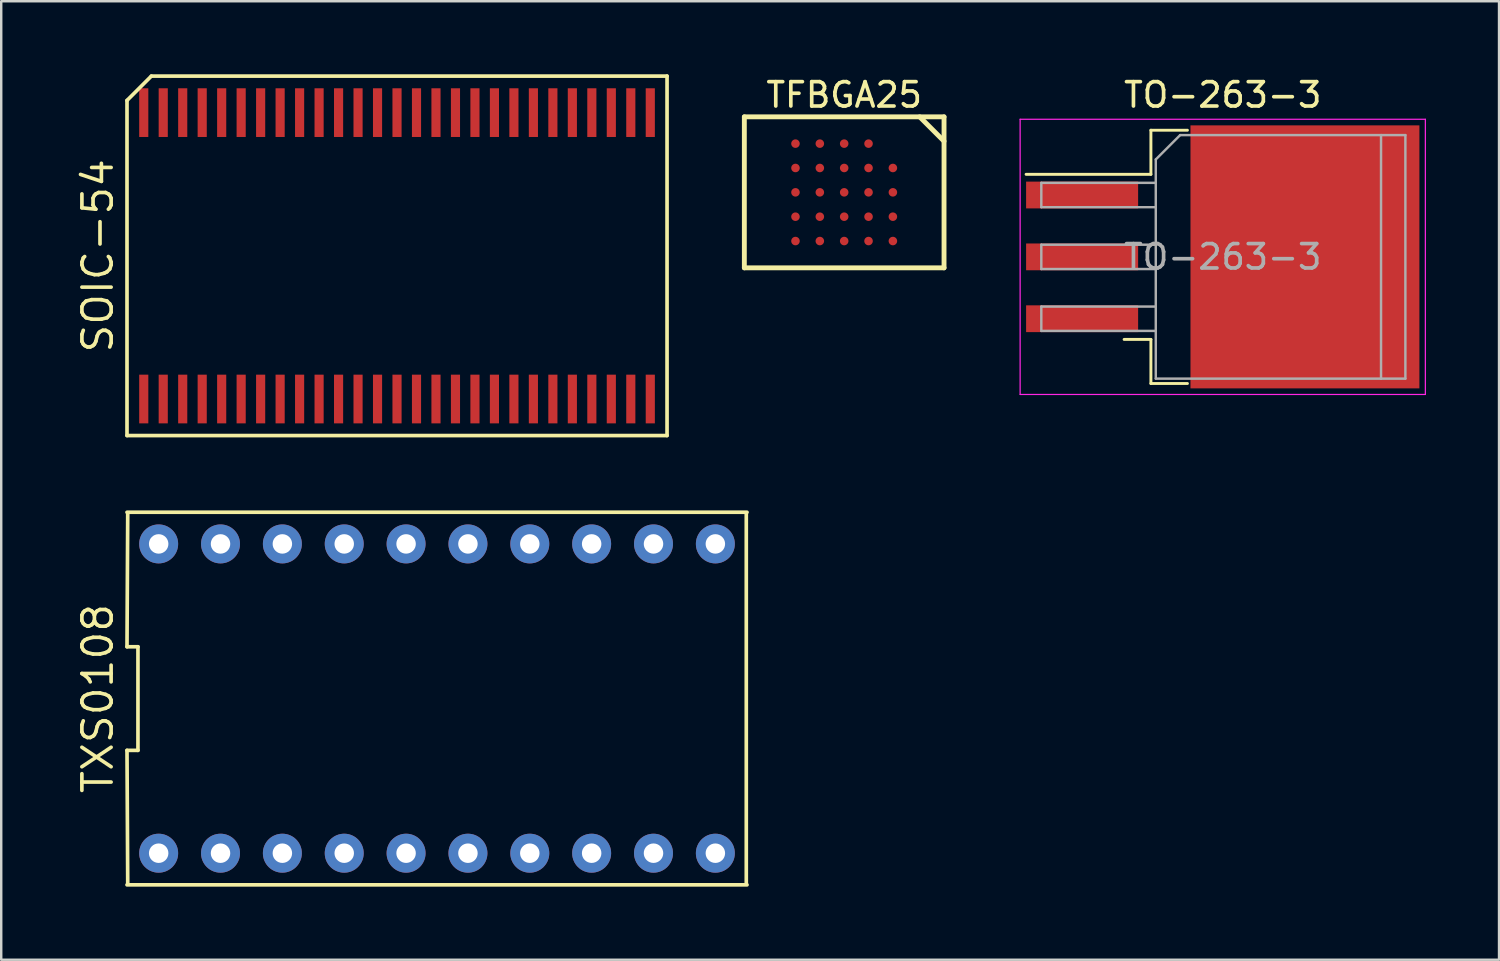
<source format=kicad_pcb>
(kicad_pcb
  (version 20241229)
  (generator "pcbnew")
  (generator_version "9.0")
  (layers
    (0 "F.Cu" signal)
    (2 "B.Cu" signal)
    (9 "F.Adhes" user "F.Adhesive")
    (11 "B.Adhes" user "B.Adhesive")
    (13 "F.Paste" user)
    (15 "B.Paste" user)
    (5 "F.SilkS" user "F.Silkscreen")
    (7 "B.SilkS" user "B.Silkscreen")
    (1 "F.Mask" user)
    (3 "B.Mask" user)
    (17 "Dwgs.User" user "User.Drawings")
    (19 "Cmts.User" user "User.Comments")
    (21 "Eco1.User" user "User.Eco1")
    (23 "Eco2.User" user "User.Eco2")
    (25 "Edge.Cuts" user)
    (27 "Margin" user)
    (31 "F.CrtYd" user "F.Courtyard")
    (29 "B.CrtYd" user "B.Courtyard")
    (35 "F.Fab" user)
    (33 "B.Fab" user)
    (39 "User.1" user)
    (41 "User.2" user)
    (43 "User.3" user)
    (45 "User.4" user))
  (footprint "SOIC-54"
    (layer "F.Cu")
    (at 13.253 7.455)
    (property "Reference" "SOIC-54" (at -12.287 0 90) (layer "F.SilkS") (effects (font (size 1.2 1.2) (thickness 0.15))))
    (attr through_hole)
    (fp_line (start -11.088 -6.38) (end -11.088 7.38) (stroke (width 0.15) (type solid)) (layer "F.SilkS"))
    (fp_line (start -11.088 7.38) (end 11.088 7.38) (stroke (width 0.15) (type solid)) (layer "F.SilkS"))
    (fp_line (start -10.088 -7.38) (end -11.088 -6.38) (stroke (width 0.15) (type solid)) (layer "F.SilkS"))
    (fp_line (start 11.088 -7.38) (end -10.088 -7.38) (stroke (width 0.15) (type solid)) (layer "F.SilkS"))
    (fp_line (start 11.088 7.38) (end 11.088 -7.38) (stroke (width 0.15) (type solid)) (layer "F.SilkS"))
    (pad "1" smd rect (at -10.4 5.88) (size 0.375 2) (layers "F.Cu" "F.Mask" "F.Paste"))
    (pad "2" smd rect (at -9.6 5.88) (size 0.375 2) (layers "F.Cu" "F.Mask" "F.Paste"))
    (pad "3" smd rect (at -8.8 5.88) (size 0.375 2) (layers "F.Cu" "F.Mask" "F.Paste"))
    (pad "4" smd rect (at -8 5.88) (size 0.375 2) (layers "F.Cu" "F.Mask" "F.Paste"))
    (pad "5" smd rect (at -7.2 5.88) (size 0.375 2) (layers "F.Cu" "F.Mask" "F.Paste"))
    (pad "6" smd rect (at -6.4 5.88) (size 0.375 2) (layers "F.Cu" "F.Mask" "F.Paste"))
    (pad "7" smd rect (at -5.6 5.88) (size 0.375 2) (layers "F.Cu" "F.Mask" "F.Paste"))
    (pad "8" smd rect (at -4.8 5.88) (size 0.375 2) (layers "F.Cu" "F.Mask" "F.Paste"))
    (pad "9" smd rect (at -4 5.88) (size 0.375 2) (layers "F.Cu" "F.Mask" "F.Paste"))
    (pad "10" smd rect (at -3.2 5.88) (size 0.375 2) (layers "F.Cu" "F.Mask" "F.Paste"))
    (pad "11" smd rect (at -2.4 5.88) (size 0.375 2) (layers "F.Cu" "F.Mask" "F.Paste"))
    (pad "12" smd rect (at -1.6 5.88) (size 0.375 2) (layers "F.Cu" "F.Mask" "F.Paste"))
    (pad "13" smd rect (at -0.8 5.88) (size 0.375 2) (layers "F.Cu" "F.Mask" "F.Paste"))
    (pad "14" smd rect (at 0 5.88) (size 0.375 2) (layers "F.Cu" "F.Mask" "F.Paste"))
    (pad "15" smd rect (at 0.8 5.88) (size 0.375 2) (layers "F.Cu" "F.Mask" "F.Paste"))
    (pad "16" smd rect (at 1.6 5.88) (size 0.375 2) (layers "F.Cu" "F.Mask" "F.Paste"))
    (pad "17" smd rect (at 2.4 5.88) (size 0.375 2) (layers "F.Cu" "F.Mask" "F.Paste"))
    (pad "18" smd rect (at 3.2 5.88) (size 0.375 2) (layers "F.Cu" "F.Mask" "F.Paste"))
    (pad "19" smd rect (at 4 5.88) (size 0.375 2) (layers "F.Cu" "F.Mask" "F.Paste"))
    (pad "20" smd rect (at 4.8 5.88) (size 0.375 2) (layers "F.Cu" "F.Mask" "F.Paste"))
    (pad "21" smd rect (at 5.6 5.88) (size 0.375 2) (layers "F.Cu" "F.Mask" "F.Paste"))
    (pad "22" smd rect (at 6.4 5.88) (size 0.375 2) (layers "F.Cu" "F.Mask" "F.Paste"))
    (pad "23" smd rect (at 7.2 5.88) (size 0.375 2) (layers "F.Cu" "F.Mask" "F.Paste"))
    (pad "24" smd rect (at 8 5.88) (size 0.375 2) (layers "F.Cu" "F.Mask" "F.Paste"))
    (pad "25" smd rect (at 8.8 5.88) (size 0.375 2) (layers "F.Cu" "F.Mask" "F.Paste"))
    (pad "26" smd rect (at 9.6 5.88) (size 0.375 2) (layers "F.Cu" "F.Mask" "F.Paste"))
    (pad "27" smd rect (at 10.4 5.88) (size 0.375 2) (layers "F.Cu" "F.Mask" "F.Paste"))
    (pad "28" smd rect (at 10.4 -5.88) (size 0.375 2) (layers "F.Cu" "F.Mask" "F.Paste"))
    (pad "29" smd rect (at 9.6 -5.88) (size 0.375 2) (layers "F.Cu" "F.Mask" "F.Paste"))
    (pad "30" smd rect (at 8.8 -5.88) (size 0.375 2) (layers "F.Cu" "F.Mask" "F.Paste"))
    (pad "31" smd rect (at 8 -5.88) (size 0.375 2) (layers "F.Cu" "F.Mask" "F.Paste"))
    (pad "32" smd rect (at 7.2 -5.88) (size 0.375 2) (layers "F.Cu" "F.Mask" "F.Paste"))
    (pad "33" smd rect (at 6.4 -5.88) (size 0.375 2) (layers "F.Cu" "F.Mask" "F.Paste"))
    (pad "34" smd rect (at 5.6 -5.88) (size 0.375 2) (layers "F.Cu" "F.Mask" "F.Paste"))
    (pad "35" smd rect (at 4.8 -5.88) (size 0.375 2) (layers "F.Cu" "F.Mask" "F.Paste"))
    (pad "36" smd rect (at 4 -5.88) (size 0.375 2) (layers "F.Cu" "F.Mask" "F.Paste"))
    (pad "37" smd rect (at 3.2 -5.88) (size 0.375 2) (layers "F.Cu" "F.Mask" "F.Paste"))
    (pad "38" smd rect (at 2.4 -5.88) (size 0.375 2) (layers "F.Cu" "F.Mask" "F.Paste"))
    (pad "39" smd rect (at 1.6 -5.88) (size 0.375 2) (layers "F.Cu" "F.Mask" "F.Paste"))
    (pad "40" smd rect (at 0.8 -5.88) (size 0.375 2) (layers "F.Cu" "F.Mask" "F.Paste"))
    (pad "41" smd rect (at 0 -5.88) (size 0.375 2) (layers "F.Cu" "F.Mask" "F.Paste"))
    (pad "42" smd rect (at -0.8 -5.88) (size 0.375 2) (layers "F.Cu" "F.Mask" "F.Paste"))
    (pad "43" smd rect (at -1.6 -5.88) (size 0.375 2) (layers "F.Cu" "F.Mask" "F.Paste"))
    (pad "44" smd rect (at -2.4 -5.88) (size 0.375 2) (layers "F.Cu" "F.Mask" "F.Paste"))
    (pad "45" smd rect (at -3.2 -5.88) (size 0.375 2) (layers "F.Cu" "F.Mask" "F.Paste"))
    (pad "46" smd rect (at -4 -5.88) (size 0.375 2) (layers "F.Cu" "F.Mask" "F.Paste"))
    (pad "47" smd rect (at -4.8 -5.88) (size 0.375 2) (layers "F.Cu" "F.Mask" "F.Paste"))
    (pad "48" smd rect (at -5.6 -5.88) (size 0.375 2) (layers "F.Cu" "F.Mask" "F.Paste"))
    (pad "49" smd rect (at -6.4 -5.88) (size 0.375 2) (layers "F.Cu" "F.Mask" "F.Paste"))
    (pad "50" smd rect (at -7.2 -5.88) (size 0.375 2) (layers "F.Cu" "F.Mask" "F.Paste"))
    (pad "51" smd rect (at -8 -5.88) (size 0.375 2) (layers "F.Cu" "F.Mask" "F.Paste"))
    (pad "52" smd rect (at -8.8 -5.88) (size 0.375 2) (layers "F.Cu" "F.Mask" "F.Paste"))
    (pad "53" smd rect (at -9.6 -5.88) (size 0.375 2) (layers "F.Cu" "F.Mask" "F.Paste"))
    (pad "54" smd rect (at -10.4 -5.88) (size 0.375 2) (layers "F.Cu" "F.Mask" "F.Paste")))
  (footprint "TXS0108"
    (layer "F.Cu")
    (at 14.895 25.635)
    (property "Reference" "TXS0108" (at -13.93 0 90) (layer "F.SilkS") (effects (font (size 1.2 1.2) (thickness 0.15))))
    (attr through_hole)
    (fp_line (start -12.73 -2.127) (end -12.28 -2.127) (stroke (width 0.15) (type solid)) (layer "F.SilkS"))
    (fp_line (start -12.73 2.127) (end -12.7 7.62) (stroke (width 0.15) (type solid)) (layer "F.SilkS"))
    (fp_line (start -12.73 7.65) (end 12.73 7.65) (stroke (width 0.15) (type solid)) (layer "F.SilkS"))
    (fp_line (start -12.7 -7.62) (end -12.73 -2.127) (stroke (width 0.15) (type solid)) (layer "F.SilkS"))
    (fp_line (start -12.28 -2.127) (end -12.28 2.127) (stroke (width 0.15) (type solid)) (layer "F.SilkS"))
    (fp_line (start -12.28 2.127) (end -12.73 2.127) (stroke (width 0.15) (type solid)) (layer "F.SilkS"))
    (fp_line (start 12.7 7.62) (end 12.7 -7.62) (stroke (width 0.15) (type solid)) (layer "F.SilkS"))
    (fp_line (start 12.73 -7.65) (end -12.73 -7.65) (stroke (width 0.15) (type solid)) (layer "F.SilkS"))
    (pad "1" thru_hole circle (at -11.43 6.35) (size 1.6 1.6) (drill 0.8) (layers "*.Cu" "*.Mask"))
    (pad "2" thru_hole circle (at -8.89 6.35) (size 1.6 1.6) (drill 0.8) (layers "*.Cu" "*.Mask"))
    (pad "3" thru_hole circle (at -6.35 6.35) (size 1.6 1.6) (drill 0.8) (layers "*.Cu" "*.Mask"))
    (pad "4" thru_hole circle (at -3.81 6.35) (size 1.6 1.6) (drill 0.8) (layers "*.Cu" "*.Mask"))
    (pad "5" thru_hole circle (at -1.27 6.35) (size 1.6 1.6) (drill 0.8) (layers "*.Cu" "*.Mask"))
    (pad "6" thru_hole circle (at 1.27 6.35) (size 1.6 1.6) (drill 0.8) (layers "*.Cu" "*.Mask"))
    (pad "7" thru_hole circle (at 3.81 6.35) (size 1.6 1.6) (drill 0.8) (layers "*.Cu" "*.Mask"))
    (pad "8" thru_hole circle (at 6.35 6.35) (size 1.6 1.6) (drill 0.8) (layers "*.Cu" "*.Mask"))
    (pad "9" thru_hole circle (at 8.89 6.35) (size 1.6 1.6) (drill 0.8) (layers "*.Cu" "*.Mask"))
    (pad "10" thru_hole circle (at 11.43 6.35) (size 1.6 1.6) (drill 0.8) (layers "*.Cu" "*.Mask"))
    (pad "11" thru_hole circle (at 11.43 -6.35) (size 1.6 1.6) (drill 0.8) (layers "*.Cu" "*.Mask"))
    (pad "12" thru_hole circle (at 8.89 -6.35) (size 1.6 1.6) (drill 0.8) (layers "*.Cu" "*.Mask"))
    (pad "13" thru_hole circle (at 6.35 -6.35) (size 1.6 1.6) (drill 0.8) (layers "*.Cu" "*.Mask"))
    (pad "14" thru_hole circle (at 3.81 -6.35) (size 1.6 1.6) (drill 0.8) (layers "*.Cu" "*.Mask"))
    (pad "15" thru_hole circle (at 1.27 -6.35) (size 1.6 1.6) (drill 0.8) (layers "*.Cu" "*.Mask"))
    (pad "16" thru_hole circle (at -1.27 -6.35) (size 1.6 1.6) (drill 0.8) (layers "*.Cu" "*.Mask"))
    (pad "17" thru_hole circle (at -3.81 -6.35) (size 1.6 1.6) (drill 0.8) (layers "*.Cu" "*.Mask"))
    (pad "18" thru_hole circle (at -6.35 -6.35) (size 1.6 1.6) (drill 0.8) (layers "*.Cu" "*.Mask"))
    (pad "19" thru_hole circle (at -8.89 -6.35) (size 1.6 1.6) (drill 0.8) (layers "*.Cu" "*.Mask"))
    (pad "20" thru_hole circle (at -11.43 -6.35) (size 1.6 1.6) (drill 0.8) (layers "*.Cu" "*.Mask")))
  (footprint "TO-263-3"
    (layer "F.Cu")
    (at 47.16 7.498)
    (property "Reference" "TO-263-3" (at 0 -6.65 0) (layer "F.SilkS") (effects (font (size 1 1) (thickness 0.15))))
    (attr smd)
    (fp_line (start -2.95 -5.2) (end -2.95 -3.39) (stroke (width 0.12) (type solid)) (layer "F.SilkS"))
    (fp_line (start -2.95 -3.39) (end -8.075 -3.39) (stroke (width 0.12) (type solid)) (layer "F.SilkS"))
    (fp_line (start -2.95 3.39) (end -4.05 3.39) (stroke (width 0.12) (type solid)) (layer "F.SilkS"))
    (fp_line (start -2.95 5.2) (end -2.95 3.39) (stroke (width 0.12) (type solid)) (layer "F.SilkS"))
    (fp_line (start -1.45 -5.2) (end -2.95 -5.2) (stroke (width 0.12) (type solid)) (layer "F.SilkS"))
    (fp_line (start -1.45 5.2) (end -2.95 5.2) (stroke (width 0.12) (type solid)) (layer "F.SilkS"))
    (fp_line (start -8.32 -5.65) (end -8.32 5.65) (stroke (width 0.05) (type solid)) (layer "F.CrtYd"))
    (fp_line (start -8.32 5.65) (end 8.32 5.65) (stroke (width 0.05) (type solid)) (layer "F.CrtYd"))
    (fp_line (start 8.32 -5.65) (end -8.32 -5.65) (stroke (width 0.05) (type solid)) (layer "F.CrtYd"))
    (fp_line (start 8.32 5.65) (end 8.32 -5.65) (stroke (width 0.05) (type solid)) (layer "F.CrtYd"))
    (fp_line (start -7.45 -3.04) (end -7.45 -2.04) (stroke (width 0.1) (type solid)) (layer "F.Fab"))
    (fp_line (start -7.45 -2.04) (end -2.75 -2.04) (stroke (width 0.1) (type solid)) (layer "F.Fab"))
    (fp_line (start -7.45 -0.5) (end -7.45 0.5) (stroke (width 0.1) (type solid)) (layer "F.Fab"))
    (fp_line (start -7.45 0.5) (end -2.75 0.5) (stroke (width 0.1) (type solid)) (layer "F.Fab"))
    (fp_line (start -7.45 2.04) (end -7.45 3.04) (stroke (width 0.1) (type solid)) (layer "F.Fab"))
    (fp_line (start -7.45 3.04) (end -2.75 3.04) (stroke (width 0.1) (type solid)) (layer "F.Fab"))
    (fp_line (start -2.75 -4) (end -1.75 -5) (stroke (width 0.1) (type solid)) (layer "F.Fab"))
    (fp_line (start -2.75 -3.04) (end -7.45 -3.04) (stroke (width 0.1) (type solid)) (layer "F.Fab"))
    (fp_line (start -2.75 -0.5) (end -7.45 -0.5) (stroke (width 0.1) (type solid)) (layer "F.Fab"))
    (fp_line (start -2.75 2.04) (end -7.45 2.04) (stroke (width 0.1) (type solid)) (layer "F.Fab"))
    (fp_line (start -2.75 5) (end -2.75 -4) (stroke (width 0.1) (type solid)) (layer "F.Fab"))
    (fp_line (start -1.75 -5) (end 6.5 -5) (stroke (width 0.1) (type solid)) (layer "F.Fab"))
    (fp_line (start 6.5 -5) (end 6.5 5) (stroke (width 0.1) (type solid)) (layer "F.Fab"))
    (fp_line (start 6.5 -5) (end 7.5 -5) (stroke (width 0.1) (type solid)) (layer "F.Fab"))
    (fp_line (start 6.5 5) (end -2.75 5) (stroke (width 0.1) (type solid)) (layer "F.Fab"))
    (fp_line (start 7.5 -5) (end 7.5 5) (stroke (width 0.1) (type solid)) (layer "F.Fab"))
    (fp_line (start 7.5 5) (end 6.5 5) (stroke (width 0.1) (type solid)) (layer "F.Fab"))
    (fp_text user "${REFERENCE}" (at 0 0 0) (layer "F.Fab") (effects (font (size 1 1) (thickness 0.15))))
    (pad "1" smd rect (at -5.775 -2.54) (size 4.6 1.1) (layers "F.Cu" "F.Mask" "F.Paste"))
    (pad "2" smd rect (at -5.775 0) (size 4.6 1.1) (layers "F.Cu" "F.Mask" "F.Paste"))
    (pad "2" smd rect (at 3.375 0) (size 9.4 10.8) (layers "F.Cu" "F.Mask" "F.Paste"))
    (pad "3" smd rect (at -5.775 2.54) (size 4.6 1.1) (layers "F.Cu" "F.Mask" "F.Paste")))
  (footprint "TFBGA25"
    (layer "F.Cu")
    (at 31.615 4.848)
    (property "Reference" "TFBGA25" (at 0 -4 0) (layer "F.SilkS") (effects (font (size 1 1) (thickness 0.15))))
    (attr through_hole)
    (fp_line (start -4.1 -3.1) (end 4.1 -3.1) (stroke (width 0.2) (type solid)) (layer "F.SilkS"))
    (fp_line (start -4.1 3.1) (end -4.1 -3.1) (stroke (width 0.2) (type solid)) (layer "F.SilkS"))
    (fp_line (start 4.1 -3.1) (end 4.1 3.1) (stroke (width 0.2) (type solid)) (layer "F.SilkS"))
    (fp_line (start 4.1 -2.1) (end 3.1 -3.1) (stroke (width 0.2) (type solid)) (layer "F.SilkS"))
    (fp_line (start 4.1 3.1) (end -4.1 3.1) (stroke (width 0.2) (type solid)) (layer "F.SilkS"))
    (pad "A2" smd circle (at 2 -1 180) (size 0.35 0.35) (layers "F.Cu" "F.Mask" "F.Paste"))
    (pad "A3" smd circle (at 2 0 180) (size 0.35 0.35) (layers "F.Cu" "F.Mask" "F.Paste"))
    (pad "A4" smd circle (at 2 1 180) (size 0.35 0.35) (layers "F.Cu" "F.Mask" "F.Paste"))
    (pad "A5" smd circle (at 2 2 180) (size 0.35 0.35) (layers "F.Cu" "F.Mask" "F.Paste"))
    (pad "B1" smd circle (at 1 -2 180) (size 0.35 0.35) (layers "F.Cu" "F.Mask" "F.Paste"))
    (pad "B2" smd circle (at 1 -1 180) (size 0.35 0.35) (layers "F.Cu" "F.Mask" "F.Paste"))
    (pad "B3" smd circle (at 1 0 180) (size 0.35 0.35) (layers "F.Cu" "F.Mask" "F.Paste"))
    (pad "B4" smd circle (at 1 1 180) (size 0.35 0.35) (layers "F.Cu" "F.Mask" "F.Paste"))
    (pad "B5" smd circle (at 1 2 180) (size 0.35 0.35) (layers "F.Cu" "F.Mask" "F.Paste"))
    (pad "C1" smd circle (at 0 -2 180) (size 0.35 0.35) (layers "F.Cu" "F.Mask" "F.Paste"))
    (pad "C2" smd circle (at 0 -1 180) (size 0.35 0.35) (layers "F.Cu" "F.Mask" "F.Paste"))
    (pad "C3" smd circle (at 0 0 180) (size 0.35 0.35) (layers "F.Cu" "F.Mask" "F.Paste"))
    (pad "C4" smd circle (at 0 1 180) (size 0.35 0.35) (layers "F.Cu" "F.Mask" "F.Paste"))
    (pad "C5" smd circle (at 0 2 180) (size 0.35 0.35) (layers "F.Cu" "F.Mask" "F.Paste"))
    (pad "D1" smd circle (at -1 -2 180) (size 0.35 0.35) (layers "F.Cu" "F.Mask" "F.Paste"))
    (pad "D2" smd circle (at -1 -1 180) (size 0.35 0.35) (layers "F.Cu" "F.Mask" "F.Paste"))
    (pad "D3" smd circle (at -1 0 180) (size 0.35 0.35) (layers "F.Cu" "F.Mask" "F.Paste"))
    (pad "D4" smd circle (at -1 1 180) (size 0.35 0.35) (layers "F.Cu" "F.Mask" "F.Paste"))
    (pad "D5" smd circle (at -1 2 180) (size 0.35 0.35) (layers "F.Cu" "F.Mask" "F.Paste"))
    (pad "E1" smd circle (at -2 -2 180) (size 0.35 0.35) (layers "F.Cu" "F.Mask" "F.Paste"))
    (pad "E2" smd circle (at -2 -1 180) (size 0.35 0.35) (layers "F.Cu" "F.Mask" "F.Paste"))
    (pad "E3" smd circle (at -2 0 180) (size 0.35 0.35) (layers "F.Cu" "F.Mask" "F.Paste"))
    (pad "E4" smd circle (at -2 1 180) (size 0.35 0.35) (layers "F.Cu" "F.Mask" "F.Paste"))
    (pad "E5" smd circle (at -2 2 180) (size 0.35 0.35) (layers "F.Cu" "F.Mask" "F.Paste")))
  (gr_rect
    (start -3 -3)
    (end 58.505 36.36)
    (stroke (width 0.1) (type default))
    (fill no)
    (layer "Edge.Cuts")))
</source>
